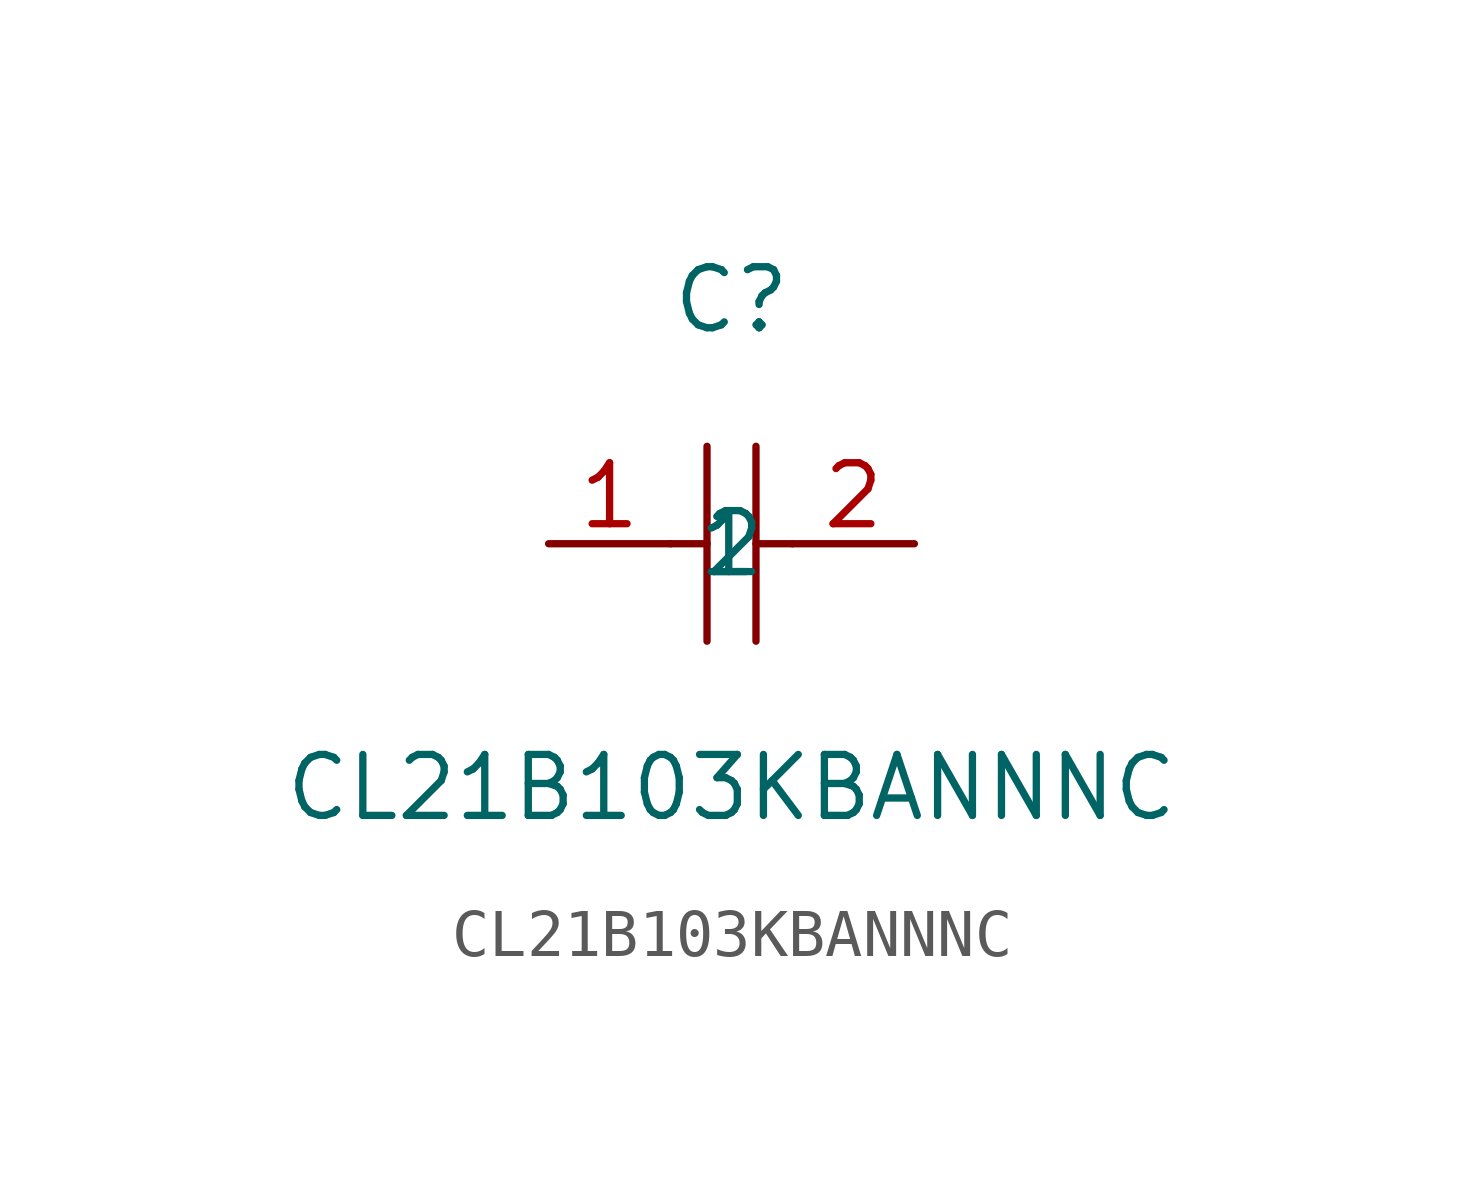
<source format=kicad_sym>
(kicad_symbol_lib
  (version 1)
  (generator "faebryk")
  (symbol "CL21B103KBANNNC"
    (property "Reference" "C"
      (at 0 5.08 0)
      (effects (font (size 1.27 1.27)) (hide no)))
    (property "Value" "CL21B103KBANNNC"
      (at 0 -5.08 0)
      (effects (font (size 1.27 1.27)) (hide no)))
    (symbol "CL21B103KBANNNC_0_1"
      (polyline (stroke (width 0) (type default) (color 0 0 0 0)) (fill (type none)) (pts (xy -0.51 2.03) (xy -0.51 -2.03)))
      (polyline (stroke (width 0) (type default) (color 0 0 0 0)) (fill (type none)) (pts (xy 0.51 2.03) (xy 0.51 -2.03)))
      (polyline (stroke (width 0) (type default) (color 0 0 0 0)) (fill (type none)) (pts (xy -1.27 0) (xy -0.51 0)))
      (polyline (stroke (width 0) (type default) (color 0 0 0 0)) (fill (type none)) (pts (xy 0.51 0) (xy 1.27 0)))
      (pin input line (at -3.81 0 0) (length 2.54) (name "1" (effects (font (size 1.27 1.27)) (hide no))) (number "1" (effects (font (size 1.27 1.27)) (hide no))))
      (pin input line (at 3.81 0 180) (length 2.54) (name "2" (effects (font (size 1.27 1.27)) (hide no))) (number "2" (effects (font (size 1.27 1.27)) (hide no)))))))
</source>
